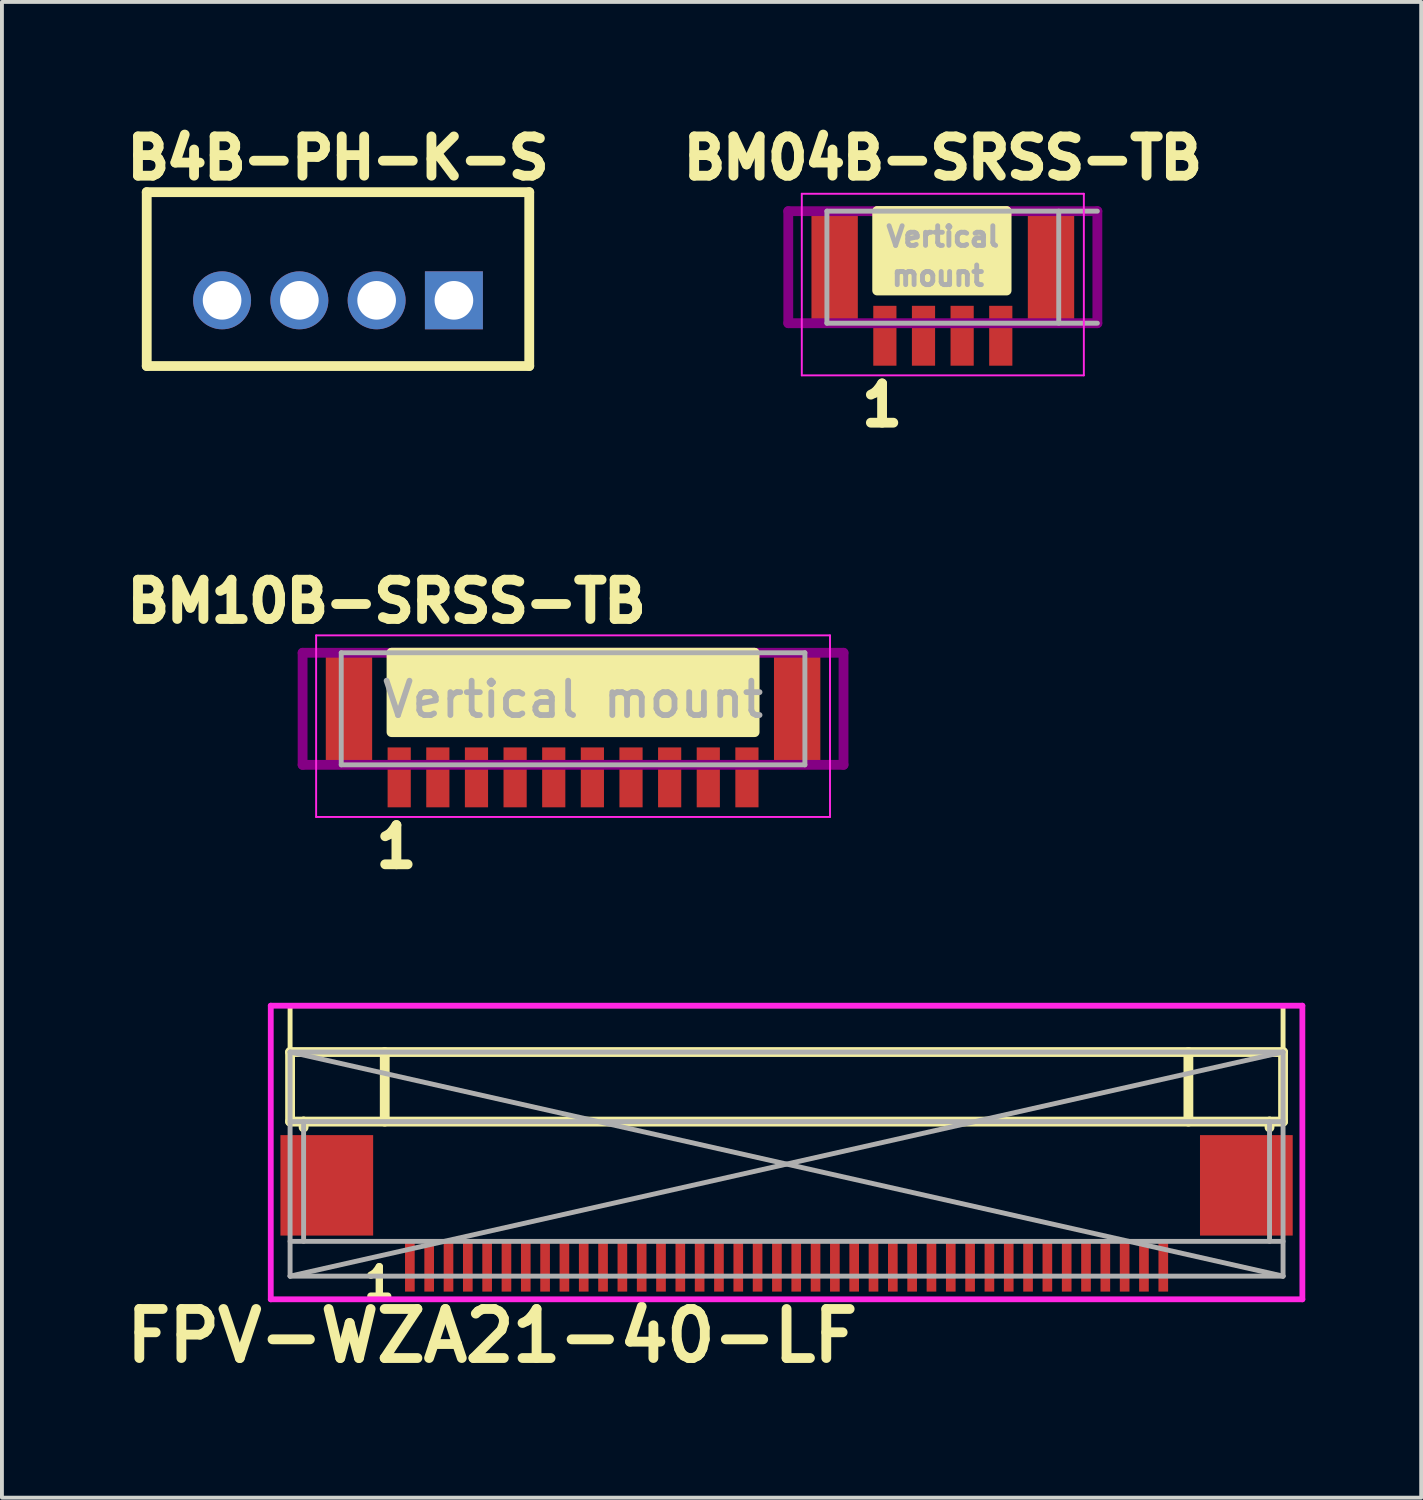
<source format=kicad_pcb>
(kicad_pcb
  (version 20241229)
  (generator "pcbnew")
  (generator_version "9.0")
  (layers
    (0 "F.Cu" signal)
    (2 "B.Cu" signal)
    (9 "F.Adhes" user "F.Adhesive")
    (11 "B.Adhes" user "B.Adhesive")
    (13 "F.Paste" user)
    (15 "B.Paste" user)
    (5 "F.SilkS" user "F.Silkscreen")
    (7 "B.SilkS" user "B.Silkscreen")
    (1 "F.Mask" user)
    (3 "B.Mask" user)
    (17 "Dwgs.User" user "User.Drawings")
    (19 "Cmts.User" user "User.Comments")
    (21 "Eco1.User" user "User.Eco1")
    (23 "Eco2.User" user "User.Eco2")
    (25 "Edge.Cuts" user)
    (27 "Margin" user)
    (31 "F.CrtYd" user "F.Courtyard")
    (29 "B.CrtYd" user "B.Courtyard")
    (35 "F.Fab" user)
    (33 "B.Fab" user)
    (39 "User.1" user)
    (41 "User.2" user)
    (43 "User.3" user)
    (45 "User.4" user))
  (footprint "FPV-WZA21-40-LF"
    (layer "F.Cu")
    (at 17.308 27.079)
    (property "Reference" "FPV-WZA21-40-LF" (at -7.62 4.445 0) (layer "F.SilkS") (effects (font (size 1.27 1.27) (thickness 0.254))))
    (attr smd)
    (fp_line (start -12.85 -4.1) (end 12.85 -4.1) (stroke (width 0.127) (type solid)) (layer "F.SilkS"))
    (fp_line (start -12.85 -2.9) (end -12.85 -4.1) (stroke (width 0.127) (type solid)) (layer "F.SilkS"))
    (fp_line (start -12.85 -2.9) (end -12.85 -1.1) (stroke (width 0.254) (type solid)) (layer "F.SilkS"))
    (fp_line (start -12.85 -2.9) (end 12.85 -2.9) (stroke (width 0.254) (type solid)) (layer "F.SilkS"))
    (fp_line (start -12.85 -1.1) (end -12.5 -1.1) (stroke (width 0.254) (type solid)) (layer "F.SilkS"))
    (fp_line (start -12.5 -1.1) (end -12.5 -0.95) (stroke (width 0.254) (type solid)) (layer "F.SilkS"))
    (fp_line (start -12.5 -1.1) (end 12.5 -1.1) (stroke (width 0.254) (type solid)) (layer "F.SilkS"))
    (fp_line (start -10.4 -2.9) (end -10.4 -1.1) (stroke (width 0.254) (type solid)) (layer "F.SilkS"))
    (fp_line (start 10.4 -2.9) (end 10.4 -1.1) (stroke (width 0.254) (type solid)) (layer "F.SilkS"))
    (fp_line (start 12.5 -1.1) (end 12.5 -0.95) (stroke (width 0.254) (type solid)) (layer "F.SilkS"))
    (fp_line (start 12.85 -4.1) (end 12.85 -2.9) (stroke (width 0.127) (type solid)) (layer "F.SilkS"))
    (fp_line (start 12.85 -2.9) (end 12.85 -1.1) (stroke (width 0.254) (type solid)) (layer "F.SilkS"))
    (fp_line (start 12.85 -1.1) (end 12.5 -1.1) (stroke (width 0.254) (type solid)) (layer "F.SilkS"))
    (fp_line (start -13.35 -4.1) (end 13.35 -4.1) (stroke (width 0.15) (type solid)) (layer "F.CrtYd"))
    (fp_line (start -13.35 3.5) (end -13.35 -4.1) (stroke (width 0.15) (type solid)) (layer "F.CrtYd"))
    (fp_line (start -13.35 3.5) (end 13.35 3.5) (stroke (width 0.15) (type solid)) (layer "F.CrtYd"))
    (fp_line (start 13.35 -4.1) (end 13.35 3.5) (stroke (width 0.15) (type solid)) (layer "F.CrtYd"))
    (fp_line (start -12.85 -2.9) (end 12.85 -2.9) (stroke (width 0.127) (type solid)) (layer "F.Fab"))
    (fp_line (start -12.85 -2.9) (end 12.85 2.9) (stroke (width 0.127) (type solid)) (layer "F.Fab"))
    (fp_line (start -12.85 -1.1) (end 12.85 -1.1) (stroke (width 0.127) (type solid)) (layer "F.Fab"))
    (fp_line (start -12.85 2) (end 12.85 2) (stroke (width 0.127) (type solid)) (layer "F.Fab"))
    (fp_line (start -12.85 2.9) (end -12.85 -2.9) (stroke (width 0.127) (type solid)) (layer "F.Fab"))
    (fp_line (start -12.5 -1.1) (end -12.5 2) (stroke (width 0.127) (type solid)) (layer "F.Fab"))
    (fp_line (start 12.5 -1.1) (end 12.5 2) (stroke (width 0.127) (type solid)) (layer "F.Fab"))
    (fp_line (start 12.85 -2.9) (end -12.85 2.9) (stroke (width 0.127) (type solid)) (layer "F.Fab"))
    (fp_line (start 12.85 -2.9) (end 12.85 2.9) (stroke (width 0.127) (type solid)) (layer "F.Fab"))
    (fp_line (start 12.85 2.9) (end -12.85 2.9) (stroke (width 0.127) (type solid)) (layer "F.Fab"))
    (fp_text user "1" (at -10.541 3.075 0) (layer "F.SilkS") (effects (font (size 0.762 0.762) (thickness 0.191))))
    (pad "0" smd rect (at -11.9 0.55 180) (size 2.4 2.6) (layers "F.Cu" "F.Mask" "F.Paste"))
    (pad "0" smd rect (at 11.9 0.55 180) (size 2.4 2.6) (layers "F.Cu" "F.Mask" "F.Paste"))
    (pad "1" smd rect (at -9.75 2.65 180) (size 0.25 1.3) (layers "F.Cu" "F.Mask" "F.Paste"))
    (pad "2" smd rect (at -9.25 2.65 180) (size 0.25 1.3) (layers "F.Cu" "F.Mask" "F.Paste"))
    (pad "3" smd rect (at -8.75 2.65 180) (size 0.25 1.3) (layers "F.Cu" "F.Mask" "F.Paste"))
    (pad "4" smd rect (at -8.25 2.65 180) (size 0.25 1.3) (layers "F.Cu" "F.Mask" "F.Paste"))
    (pad "5" smd rect (at -7.75 2.65 180) (size 0.25 1.3) (layers "F.Cu" "F.Mask" "F.Paste"))
    (pad "6" smd rect (at -7.25 2.65 180) (size 0.25 1.3) (layers "F.Cu" "F.Mask" "F.Paste"))
    (pad "7" smd rect (at -6.75 2.65 180) (size 0.25 1.3) (layers "F.Cu" "F.Mask" "F.Paste"))
    (pad "8" smd rect (at -6.25 2.65 180) (size 0.25 1.3) (layers "F.Cu" "F.Mask" "F.Paste"))
    (pad "9" smd rect (at -5.75 2.65 180) (size 0.25 1.3) (layers "F.Cu" "F.Mask" "F.Paste"))
    (pad "10" smd rect (at -5.25 2.65 180) (size 0.25 1.3) (layers "F.Cu" "F.Mask" "F.Paste"))
    (pad "11" smd rect (at -4.75 2.65 180) (size 0.25 1.3) (layers "F.Cu" "F.Mask" "F.Paste"))
    (pad "12" smd rect (at -4.25 2.65 180) (size 0.25 1.3) (layers "F.Cu" "F.Mask" "F.Paste"))
    (pad "13" smd rect (at -3.75 2.65 180) (size 0.25 1.3) (layers "F.Cu" "F.Mask" "F.Paste"))
    (pad "14" smd rect (at -3.25 2.65 180) (size 0.25 1.3) (layers "F.Cu" "F.Mask" "F.Paste"))
    (pad "15" smd rect (at -2.75 2.65 180) (size 0.25 1.3) (layers "F.Cu" "F.Mask" "F.Paste"))
    (pad "16" smd rect (at -2.25 2.65 180) (size 0.25 1.3) (layers "F.Cu" "F.Mask" "F.Paste"))
    (pad "17" smd rect (at -1.75 2.65 180) (size 0.25 1.3) (layers "F.Cu" "F.Mask" "F.Paste"))
    (pad "18" smd rect (at -1.25 2.65 180) (size 0.25 1.3) (layers "F.Cu" "F.Mask" "F.Paste"))
    (pad "19" smd rect (at -0.75 2.65 180) (size 0.25 1.3) (layers "F.Cu" "F.Mask" "F.Paste"))
    (pad "20" smd rect (at -0.25 2.65 180) (size 0.25 1.3) (layers "F.Cu" "F.Mask" "F.Paste"))
    (pad "21" smd rect (at 0.25 2.65 180) (size 0.25 1.3) (layers "F.Cu" "F.Mask" "F.Paste"))
    (pad "22" smd rect (at 0.75 2.65 180) (size 0.25 1.3) (layers "F.Cu" "F.Mask" "F.Paste"))
    (pad "23" smd rect (at 1.25 2.65 180) (size 0.25 1.3) (layers "F.Cu" "F.Mask" "F.Paste"))
    (pad "24" smd rect (at 1.75 2.65 180) (size 0.25 1.3) (layers "F.Cu" "F.Mask" "F.Paste"))
    (pad "25" smd rect (at 2.25 2.65 180) (size 0.25 1.3) (layers "F.Cu" "F.Mask" "F.Paste"))
    (pad "26" smd rect (at 2.75 2.65 180) (size 0.25 1.3) (layers "F.Cu" "F.Mask" "F.Paste"))
    (pad "27" smd rect (at 3.25 2.65 180) (size 0.25 1.3) (layers "F.Cu" "F.Mask" "F.Paste"))
    (pad "28" smd rect (at 3.75 2.65 180) (size 0.25 1.3) (layers "F.Cu" "F.Mask" "F.Paste"))
    (pad "29" smd rect (at 4.25 2.65 180) (size 0.25 1.3) (layers "F.Cu" "F.Mask" "F.Paste"))
    (pad "30" smd rect (at 4.75 2.65 180) (size 0.25 1.3) (layers "F.Cu" "F.Mask" "F.Paste"))
    (pad "31" smd rect (at 5.25 2.65 180) (size 0.25 1.3) (layers "F.Cu" "F.Mask" "F.Paste"))
    (pad "32" smd rect (at 5.75 2.65 180) (size 0.25 1.3) (layers "F.Cu" "F.Mask" "F.Paste"))
    (pad "33" smd rect (at 6.25 2.65 180) (size 0.25 1.3) (layers "F.Cu" "F.Mask" "F.Paste"))
    (pad "34" smd rect (at 6.75 2.65 180) (size 0.25 1.3) (layers "F.Cu" "F.Mask" "F.Paste"))
    (pad "35" smd rect (at 7.25 2.65 180) (size 0.25 1.3) (layers "F.Cu" "F.Mask" "F.Paste"))
    (pad "36" smd rect (at 7.75 2.65 180) (size 0.25 1.3) (layers "F.Cu" "F.Mask" "F.Paste"))
    (pad "37" smd rect (at 8.25 2.65 180) (size 0.25 1.3) (layers "F.Cu" "F.Mask" "F.Paste"))
    (pad "38" smd rect (at 8.75 2.65 180) (size 0.25 1.3) (layers "F.Cu" "F.Mask" "F.Paste"))
    (pad "39" smd rect (at 9.25 2.65 180) (size 0.25 1.3) (layers "F.Cu" "F.Mask" "F.Paste"))
    (pad "40" smd rect (at 9.75 2.65 180) (size 0.25 1.3) (layers "F.Cu" "F.Mask" "F.Paste")))
  (footprint "B4B-PH-K-S"
    (layer "F.Cu")
    (at 5.698 4.723)
    (property "Reference" "B4B-PH-K-S" (at 0 -3.683 0) (layer "F.SilkS") (effects (font (size 1.016 1.016) (thickness 0.254))))
    (attr through_hole)
    (fp_line (start -4.95 -2.8) (end -4.95 1.7) (stroke (width 0.254) (type solid)) (layer "F.SilkS"))
    (fp_line (start 4.95 -2.8) (end -4.95 -2.8) (stroke (width 0.254) (type solid)) (layer "F.SilkS"))
    (fp_line (start 4.95 -2.8) (end 4.95 1.7) (stroke (width 0.254) (type solid)) (layer "F.SilkS"))
    (fp_line (start 4.95 1.7) (end -4.95 1.7) (stroke (width 0.254) (type solid)) (layer "F.SilkS"))
    (pad "1" thru_hole rect (at 3 0 180) (size 1.5 1.5) (drill 1) (layers "*.Cu" "*.Mask"))
    (pad "2" thru_hole circle (at 1 0 270) (size 1.5 1.5) (drill 1) (layers "*.Cu" "*.Mask"))
    (pad "3" thru_hole circle (at -1 0 270) (size 1.5 1.5) (drill 1) (layers "*.Cu" "*.Mask"))
    (pad "4" thru_hole circle (at -3 0 270) (size 1.5 1.5) (drill 1) (layers "*.Cu" "*.Mask")))
  (footprint "BM10B-SRSS-TB"
    (layer "F.Cu")
    (at 11.782 15.645)
    (property "Reference" "BM10B-SRSS-TB" (at -4.826 -3.132 0) (layer "F.SilkS") (effects (font (size 1.016 1.016) (thickness 0.254))))
    (attr smd)
    (fp_line (start -4.699 -1.8) (end 4.699 -1.8) (stroke (width 0.254) (type solid)) (layer "F.SilkS"))
    (fp_poly (pts (xy -4.699 -1.8) (xy -4.699 0.254) (xy 4.699 0.254) (xy 4.699 -1.8)) (stroke (width 0.254) (type solid)) (fill yes) (layer "F.SilkS"))
    (fp_line (start -7 -1.8) (end -7 1.1) (stroke (width 0.254) (type solid)) (layer "F.Adhes"))
    (fp_line (start -7 1.1) (end 7 1.1) (stroke (width 0.254) (type solid)) (layer "F.Adhes"))
    (fp_line (start 7 -1.8) (end -7 -1.8) (stroke (width 0.254) (type solid)) (layer "F.Adhes"))
    (fp_line (start 7 1.1) (end 7 -1.8) (stroke (width 0.254) (type solid)) (layer "F.Adhes"))
    (fp_line (start -6.65 -2.25) (end -6.65 2.45) (stroke (width 0.05) (type solid)) (layer "F.CrtYd"))
    (fp_line (start -6.65 2.45) (end 6.65 2.45) (stroke (width 0.05) (type solid)) (layer "F.CrtYd"))
    (fp_line (start 6.65 -2.25) (end -6.65 -2.25) (stroke (width 0.05) (type solid)) (layer "F.CrtYd"))
    (fp_line (start 6.65 2.45) (end 6.65 -2.25) (stroke (width 0.05) (type solid)) (layer "F.CrtYd"))
    (fp_line (start -6 -1.8) (end 6 -1.8) (stroke (width 0.127) (type solid)) (layer "F.Fab"))
    (fp_line (start -6 1.1) (end -6 -1.8) (stroke (width 0.127) (type solid)) (layer "F.Fab"))
    (fp_line (start 6 -1.8) (end 6 1.1) (stroke (width 0.127) (type solid)) (layer "F.Fab"))
    (fp_line (start 6 1.1) (end -6 1.1) (stroke (width 0.127) (type solid)) (layer "F.Fab"))
    (fp_text user "1" (at -4.572 3.218 0) (layer "F.SilkS") (effects (font (size 1.016 1.016) (thickness 0.254))))
    (fp_text user "Vertical mount" (at 0 -0.592 0) (layer "F.Fab") (effects (font (size 0.889 0.889) (thickness 0.15))))
    (pad "0" smd rect (at -5.8 -0.35) (size 1.2 3.1) (layers "F.Cu" "F.Mask" "F.Paste"))
    (pad "0" smd rect (at 5.8 -0.35) (size 1.2 3.1) (layers "F.Cu" "F.Mask" "F.Paste"))
    (pad "1" smd rect (at -4.5 1.425) (size 0.6 1.55) (layers "F.Cu" "F.Mask" "F.Paste"))
    (pad "2" smd rect (at -3.5 1.425) (size 0.6 1.55) (layers "F.Cu" "F.Mask" "F.Paste"))
    (pad "3" smd rect (at -2.5 1.425) (size 0.6 1.55) (layers "F.Cu" "F.Mask" "F.Paste"))
    (pad "4" smd rect (at -1.5 1.425) (size 0.6 1.55) (layers "F.Cu" "F.Mask" "F.Paste"))
    (pad "5" smd rect (at -0.5 1.425) (size 0.6 1.55) (layers "F.Cu" "F.Mask" "F.Paste"))
    (pad "6" smd rect (at 0.5 1.425) (size 0.6 1.55) (layers "F.Cu" "F.Mask" "F.Paste"))
    (pad "7" smd rect (at 1.5 1.425) (size 0.6 1.55) (layers "F.Cu" "F.Mask" "F.Paste"))
    (pad "8" smd rect (at 2.5 1.425) (size 0.6 1.55) (layers "F.Cu" "F.Mask" "F.Paste"))
    (pad "9" smd rect (at 3.5 1.425) (size 0.6 1.55) (layers "F.Cu" "F.Mask" "F.Paste"))
    (pad "10" smd rect (at 4.5 1.425) (size 0.6 1.55) (layers "F.Cu" "F.Mask" "F.Paste")))
  (footprint "BM04B-SRSS-TB"
    (layer "F.Cu")
    (at 21.352 4.215)
    (property "Reference" "BM04B-SRSS-TB" (at 0 -3.175 0) (layer "F.SilkS") (effects (font (size 1.016 1.016) (thickness 0.254))))
    (attr through_hole)
    (fp_line (start -1.699 -1.8) (end 1.651 -1.8) (stroke (width 0.254) (type solid)) (layer "F.SilkS"))
    (fp_poly (pts (xy -1.699 -1.8) (xy -1.699 0.254) (xy 1.651 0.254) (xy 1.651 -1.8)) (stroke (width 0.254) (type solid)) (fill yes) (layer "F.SilkS"))
    (fp_line (start -4 -1.8) (end -4 1.1) (stroke (width 0.254) (type solid)) (layer "F.Adhes"))
    (fp_line (start -4 1.1) (end 4 1.1) (stroke (width 0.254) (type solid)) (layer "F.Adhes"))
    (fp_line (start 4 -1.8) (end -4 -1.8) (stroke (width 0.254) (type solid)) (layer "F.Adhes"))
    (fp_line (start 4 1.1) (end 4 -1.8) (stroke (width 0.254) (type solid)) (layer "F.Adhes"))
    (fp_line (start -3.65 -2.25) (end -3.65 2.45) (stroke (width 0.05) (type solid)) (layer "F.CrtYd"))
    (fp_line (start -3.65 2.45) (end 3.65 2.45) (stroke (width 0.05) (type solid)) (layer "F.CrtYd"))
    (fp_line (start 3.65 -2.25) (end -3.65 -2.25) (stroke (width 0.05) (type solid)) (layer "F.CrtYd"))
    (fp_line (start 3.65 2.45) (end 3.65 -2.25) (stroke (width 0.05) (type solid)) (layer "F.CrtYd"))
    (fp_line (start -3 -1.8) (end 4 -1.8) (stroke (width 0.127) (type solid)) (layer "F.Fab"))
    (fp_line (start -3 1.1) (end -3 -1.8) (stroke (width 0.127) (type solid)) (layer "F.Fab"))
    (fp_line (start 3 -1.8) (end 3 1.1) (stroke (width 0.127) (type solid)) (layer "F.Fab"))
    (fp_line (start 4 1.1) (end -3 1.1) (stroke (width 0.127) (type solid)) (layer "F.Fab"))
    (fp_text user "1" (at -1.572 3.218 0) (layer "F.SilkS") (effects (font (size 1.016 1.016) (thickness 0.254))))
    (fp_text user "mount" (at -0.127 -0.127 0) (layer "F.Fab") (effects (font (size 0.508 0.508) (thickness 0.127))))
    (fp_text user "Vertical" (at 0 -1.143 0) (layer "F.Fab") (effects (font (size 0.508 0.508) (thickness 0.127))))
    (pad "0" smd rect (at -2.8 -0.35) (size 1.2 3.1) (layers "F.Cu" "F.Mask" "F.Paste"))
    (pad "0" smd rect (at 2.8 -0.35) (size 1.2 3.1) (layers "F.Cu" "F.Mask" "F.Paste"))
    (pad "1" smd rect (at -1.5 1.425) (size 0.6 1.55) (layers "F.Cu" "F.Mask" "F.Paste"))
    (pad "2" smd rect (at -0.5 1.425) (size 0.6 1.55) (layers "F.Cu" "F.Mask" "F.Paste"))
    (pad "3" smd rect (at 0.5 1.425) (size 0.6 1.55) (layers "F.Cu" "F.Mask" "F.Paste"))
    (pad "4" smd rect (at 1.5 1.425) (size 0.6 1.55) (layers "F.Cu" "F.Mask" "F.Paste")))
  (gr_rect
    (start -3 -3)
    (end 33.733 35.712)
    (stroke (width 0.1) (type default))
    (fill no)
    (layer "Edge.Cuts")))
</source>
